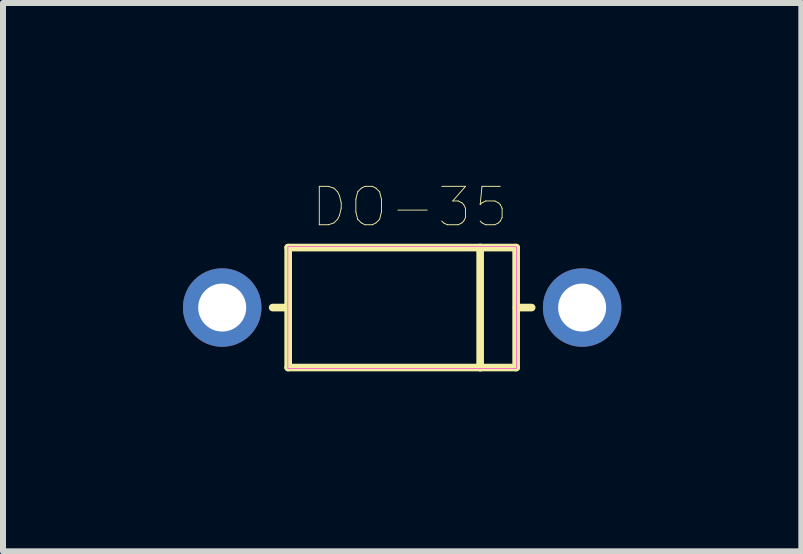
<source format=kicad_pcb>
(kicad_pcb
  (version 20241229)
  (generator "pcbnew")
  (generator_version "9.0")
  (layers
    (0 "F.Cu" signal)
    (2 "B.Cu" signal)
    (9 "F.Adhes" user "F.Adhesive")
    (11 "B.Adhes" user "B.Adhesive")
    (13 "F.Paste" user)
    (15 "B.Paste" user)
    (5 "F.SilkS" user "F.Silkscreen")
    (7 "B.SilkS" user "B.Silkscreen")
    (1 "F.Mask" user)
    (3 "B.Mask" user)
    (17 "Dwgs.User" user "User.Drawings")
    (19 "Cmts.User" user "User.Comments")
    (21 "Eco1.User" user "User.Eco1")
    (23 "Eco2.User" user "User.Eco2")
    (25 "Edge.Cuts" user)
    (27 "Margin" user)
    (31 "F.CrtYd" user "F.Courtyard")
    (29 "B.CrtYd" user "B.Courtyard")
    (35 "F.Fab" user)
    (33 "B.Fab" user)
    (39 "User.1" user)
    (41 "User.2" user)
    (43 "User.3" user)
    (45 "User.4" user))
  (footprint "DO-35"
    (layer "F.Cu")
    (at 3.654 2.077)
    (property "Reference" "DO-35" (at 0.127 -1.676 0) (layer "F.SilkS") (effects (font (size 0.64 0.64) (thickness 0.015))))
    (attr through_hole)
    (fp_line (start -1.905 0) (end -2.159 0) (stroke (width 0.127) (type solid)) (layer "F.SilkS"))
    (fp_line (start -1.9 -1) (end 1.3 -1) (stroke (width 0.127) (type solid)) (layer "F.SilkS"))
    (fp_line (start -1.9 1) (end -1.9 -1) (stroke (width 0.127) (type solid)) (layer "F.SilkS"))
    (fp_line (start 1.3 -1) (end 1.9 -1) (stroke (width 0.127) (type solid)) (layer "F.SilkS"))
    (fp_line (start 1.3 1) (end -1.9 1) (stroke (width 0.127) (type solid)) (layer "F.SilkS"))
    (fp_line (start 1.3 1) (end 1.3 -1) (stroke (width 0.127) (type solid)) (layer "F.SilkS"))
    (fp_line (start 1.9 -1) (end 1.9 1) (stroke (width 0.127) (type solid)) (layer "F.SilkS"))
    (fp_line (start 1.9 1) (end 1.3 1) (stroke (width 0.127) (type solid)) (layer "F.SilkS"))
    (fp_line (start 1.905 0) (end 2.159 0) (stroke (width 0.127) (type solid)) (layer "F.SilkS"))
    (fp_poly (pts (xy -1.905 -1.016) (xy 1.905 -1.016) (xy 1.905 1.016) (xy -1.905 1.016)) (stroke (width 0.01) (type solid)) (fill no) (layer "F.CrtYd"))
    (pad "1" thru_hole circle (at 3 0) (size 1.308 1.308) (drill 0.8) (layers "*.Cu" "*.Mask"))
    (pad "2" thru_hole circle (at -3 0) (size 1.308 1.308) (drill 0.8) (layers "*.Cu" "*.Mask")))
  (gr_rect
    (start -3 -3)
    (end 10.308 6.141)
    (stroke (width 0.1) (type default))
    (fill no)
    (layer "Edge.Cuts")))
</source>
